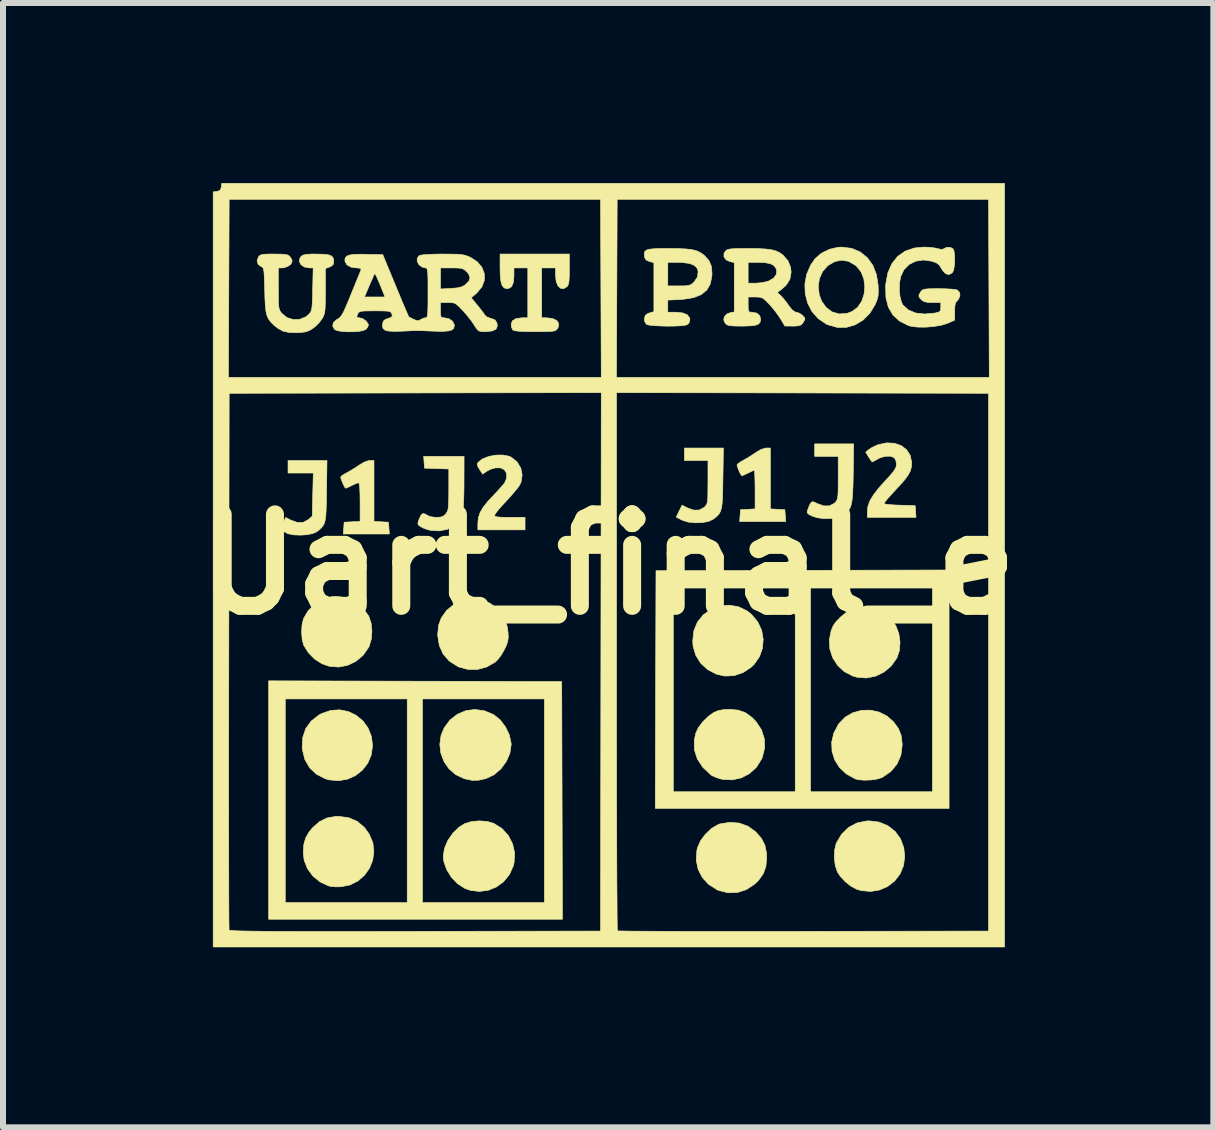
<source format=kicad_pcb>
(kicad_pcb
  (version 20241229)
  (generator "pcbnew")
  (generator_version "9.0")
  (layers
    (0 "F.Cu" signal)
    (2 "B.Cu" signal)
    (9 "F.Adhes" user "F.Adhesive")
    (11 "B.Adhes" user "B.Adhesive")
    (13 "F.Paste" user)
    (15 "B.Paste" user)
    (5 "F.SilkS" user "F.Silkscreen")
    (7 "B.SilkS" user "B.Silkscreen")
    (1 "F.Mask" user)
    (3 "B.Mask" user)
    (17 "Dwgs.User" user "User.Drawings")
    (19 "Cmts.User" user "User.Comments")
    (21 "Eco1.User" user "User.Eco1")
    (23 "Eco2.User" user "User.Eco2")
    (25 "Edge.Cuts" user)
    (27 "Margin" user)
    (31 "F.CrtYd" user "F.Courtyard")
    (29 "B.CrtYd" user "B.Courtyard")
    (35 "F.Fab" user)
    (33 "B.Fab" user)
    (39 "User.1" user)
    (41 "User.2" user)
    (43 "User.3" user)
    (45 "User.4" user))
  (footprint "Uart_final_e"
    (layer "F.Cu")
    (at 7.083 6.355)
    (property "Reference" "Uart_final_e" (at 0 0 0) (layer "F.SilkS") (effects (font (size 1.524 1.524) (thickness 0.3))))
    (attr through_hole)
    (fp_poly (pts (xy -3.215 1.945) (xy -0.774 1.951) (xy -0.768 3.931) (xy -0.762 5.911) (xy -5.657 5.911) (xy -5.657 2.24) (xy -5.38 2.24) (xy -5.38 5.634) (xy -3.348 5.634) (xy -3.348 2.24) (xy -3.094 2.24) (xy -3.094 5.634) (xy -1.062 5.634) (xy -1.062 2.24) (xy -3.094 2.24) (xy -3.348 2.24) (xy -5.38 2.24) (xy -5.657 2.24) (xy -5.657 1.939) (xy -3.215 1.945)) (stroke (width 0.01) (type solid)) (fill yes) (layer "F.SilkS"))
    (fp_poly (pts (xy 5.68 4.064) (xy 0.785 4.064) (xy 0.791 2.084) (xy 0.796 0.393) (xy 1.085 0.393) (xy 1.085 3.787) (xy 3.117 3.787) (xy 3.117 0.393) (xy 3.371 0.393) (xy 3.371 3.787) (xy 5.403 3.787) (xy 5.403 0.393) (xy 3.371 0.393) (xy 3.117 0.393) (xy 1.085 0.393) (xy 0.796 0.393) (xy 0.797 0.104) (xy 3.239 0.098) (xy 5.68 0.092) (xy 5.68 4.064)) (stroke (width 0.01) (type solid)) (fill yes) (layer "F.SilkS"))
    (fp_poly (pts (xy 2.171 0.704) (xy 2.313 0.773) (xy 2.389 0.833) (xy 2.492 0.956) (xy 2.557 1.096) (xy 2.583 1.245) (xy 2.571 1.394) (xy 2.521 1.536) (xy 2.432 1.664) (xy 2.387 1.708) (xy 2.249 1.801) (xy 2.099 1.852) (xy 1.943 1.859) (xy 1.805 1.828) (xy 1.66 1.753) (xy 1.543 1.647) (xy 1.46 1.514) (xy 1.415 1.363) (xy 1.409 1.274) (xy 1.428 1.105) (xy 1.487 0.96) (xy 1.584 0.84) (xy 1.706 0.754) (xy 1.861 0.694) (xy 2.018 0.678) (xy 2.171 0.704)) (stroke (width 0.01) (type solid)) (fill yes) (layer "F.SilkS"))
    (fp_poly (pts (xy -4.33 2.45) (xy -4.199 2.513) (xy -4.087 2.606) (xy -4 2.725) (xy -3.944 2.867) (xy -3.926 3.016) (xy -3.947 3.172) (xy -4.005 3.31) (xy -4.095 3.427) (xy -4.211 3.518) (xy -4.346 3.578) (xy -4.493 3.603) (xy -4.647 3.589) (xy -4.716 3.569) (xy -4.86 3.495) (xy -4.973 3.388) (xy -5.052 3.253) (xy -5.093 3.093) (xy -5.098 3.05) (xy -5.089 2.883) (xy -5.039 2.735) (xy -4.949 2.61) (xy -4.82 2.509) (xy -4.775 2.484) (xy -4.624 2.432) (xy -4.474 2.422) (xy -4.33 2.45)) (stroke (width 0.01) (type solid)) (fill yes) (layer "F.SilkS"))
    (fp_poly (pts (xy -2.012 4.283) (xy -1.904 4.315) (xy -1.769 4.4) (xy -1.664 4.516) (xy -1.593 4.653) (xy -1.559 4.805) (xy -1.567 4.963) (xy -1.58 5.021) (xy -1.645 5.166) (xy -1.741 5.284) (xy -1.862 5.373) (xy -2.001 5.429) (xy -2.15 5.448) (xy -2.302 5.428) (xy -2.391 5.395) (xy -2.51 5.318) (xy -2.613 5.21) (xy -2.691 5.083) (xy -2.738 4.949) (xy -2.748 4.861) (xy -2.727 4.729) (xy -2.67 4.596) (xy -2.584 4.473) (xy -2.477 4.372) (xy -2.392 4.319) (xy -2.279 4.284) (xy -2.146 4.272) (xy -2.012 4.283)) (stroke (width 0.01) (type solid)) (fill yes) (layer "F.SilkS"))
    (fp_poly (pts (xy -4.325 4.219) (xy -4.182 4.28) (xy -4.061 4.382) (xy -3.981 4.494) (xy -3.921 4.636) (xy -3.904 4.783) (xy -3.923 4.926) (xy -3.977 5.061) (xy -4.061 5.179) (xy -4.172 5.275) (xy -4.306 5.341) (xy -4.455 5.37) (xy -4.542 5.371) (xy -4.623 5.364) (xy -4.656 5.356) (xy -4.799 5.29) (xy -4.919 5.192) (xy -5.01 5.069) (xy -5.065 4.929) (xy -5.08 4.806) (xy -5.071 4.667) (xy -5.04 4.556) (xy -4.982 4.456) (xy -4.93 4.392) (xy -4.813 4.287) (xy -4.687 4.224) (xy -4.541 4.198) (xy -4.491 4.197) (xy -4.325 4.219)) (stroke (width 0.01) (type solid)) (fill yes) (layer "F.SilkS"))
    (fp_poly (pts (xy 2.184 4.309) (xy 2.33 4.362) (xy 2.455 4.452) (xy 2.553 4.563) (xy 2.611 4.676) (xy 2.638 4.806) (xy 2.641 4.884) (xy 2.628 5.031) (xy 2.585 5.152) (xy 2.506 5.262) (xy 2.438 5.327) (xy 2.303 5.417) (xy 2.154 5.465) (xy 1.998 5.47) (xy 1.843 5.432) (xy 1.812 5.418) (xy 1.674 5.33) (xy 1.568 5.214) (xy 1.498 5.077) (xy 1.467 4.925) (xy 1.478 4.765) (xy 1.489 4.717) (xy 1.541 4.601) (xy 1.623 4.491) (xy 1.723 4.398) (xy 1.83 4.335) (xy 1.861 4.323) (xy 2.025 4.296) (xy 2.184 4.309)) (stroke (width 0.01) (type solid)) (fill yes) (layer "F.SilkS"))
    (fp_poly (pts (xy 4.516 4.293) (xy 4.661 4.353) (xy 4.78 4.447) (xy 4.87 4.57) (xy 4.925 4.718) (xy 4.941 4.862) (xy 4.921 5.019) (xy 4.862 5.159) (xy 4.772 5.275) (xy 4.656 5.365) (xy 4.521 5.424) (xy 4.371 5.448) (xy 4.214 5.433) (xy 4.14 5.411) (xy 4.046 5.361) (xy 3.948 5.283) (xy 3.864 5.191) (xy 3.819 5.122) (xy 3.784 5.017) (xy 3.768 4.89) (xy 3.773 4.762) (xy 3.798 4.652) (xy 3.804 4.639) (xy 3.891 4.492) (xy 4.006 4.381) (xy 4.145 4.307) (xy 4.303 4.274) (xy 4.351 4.272) (xy 4.516 4.293)) (stroke (width 0.01) (type solid)) (fill yes) (layer "F.SilkS"))
    (fp_poly (pts (xy -2.065 2.437) (xy -1.912 2.5) (xy -1.905 2.504) (xy -1.799 2.59) (xy -1.711 2.706) (xy -1.647 2.839) (xy -1.618 2.974) (xy -1.616 3.003) (xy -1.638 3.146) (xy -1.697 3.283) (xy -1.788 3.406) (xy -1.901 3.503) (xy -2.031 3.565) (xy -2.033 3.566) (xy -2.157 3.594) (xy -2.265 3.597) (xy -2.38 3.573) (xy -2.402 3.567) (xy -2.54 3.502) (xy -2.653 3.404) (xy -2.736 3.282) (xy -2.788 3.143) (xy -2.805 2.995) (xy -2.784 2.846) (xy -2.733 2.723) (xy -2.636 2.592) (xy -2.513 2.496) (xy -2.372 2.436) (xy -2.221 2.416) (xy -2.065 2.437)) (stroke (width 0.01) (type solid)) (fill yes) (layer "F.SilkS"))
    (fp_poly (pts (xy 4.513 2.459) (xy 4.647 2.527) (xy 4.754 2.621) (xy 4.835 2.732) (xy 4.881 2.847) (xy 4.898 2.983) (xy 4.898 3.014) (xy 4.877 3.178) (xy 4.814 3.323) (xy 4.712 3.447) (xy 4.572 3.544) (xy 4.564 3.549) (xy 4.486 3.574) (xy 4.383 3.59) (xy 4.272 3.594) (xy 4.173 3.587) (xy 4.119 3.573) (xy 3.971 3.492) (xy 3.855 3.384) (xy 3.774 3.255) (xy 3.73 3.112) (xy 3.724 2.962) (xy 3.759 2.81) (xy 3.837 2.663) (xy 3.844 2.653) (xy 3.949 2.544) (xy 4.077 2.47) (xy 4.22 2.431) (xy 4.367 2.427) (xy 4.513 2.459)) (stroke (width 0.01) (type solid)) (fill yes) (layer "F.SilkS"))
    (fp_poly (pts (xy -4.367 0.552) (xy -4.218 0.614) (xy -4.093 0.715) (xy -3.994 0.854) (xy -3.989 0.861) (xy -3.95 0.976) (xy -3.936 1.111) (xy -3.947 1.247) (xy -3.983 1.365) (xy -3.989 1.378) (xy -4.084 1.514) (xy -4.205 1.615) (xy -4.343 1.681) (xy -4.494 1.709) (xy -4.648 1.696) (xy -4.768 1.654) (xy -4.891 1.576) (xy -4.996 1.469) (xy -5.071 1.348) (xy -5.074 1.341) (xy -5.099 1.246) (xy -5.107 1.128) (xy -5.101 1.009) (xy -5.078 0.91) (xy -5.074 0.899) (xy -4.997 0.769) (xy -4.887 0.661) (xy -4.756 0.581) (xy -4.612 0.538) (xy -4.536 0.531) (xy -4.367 0.552)) (stroke (width 0.01) (type solid)) (fill yes) (layer "F.SilkS"))
    (fp_poly (pts (xy 4.372 0.722) (xy 4.47 0.741) (xy 4.492 0.749) (xy 4.635 0.832) (xy 4.748 0.95) (xy 4.793 1.022) (xy 4.843 1.152) (xy 4.863 1.295) (xy 4.852 1.436) (xy 4.81 1.559) (xy 4.715 1.692) (xy 4.594 1.794) (xy 4.454 1.862) (xy 4.302 1.891) (xy 4.147 1.879) (xy 4.077 1.859) (xy 3.935 1.786) (xy 3.823 1.682) (xy 3.741 1.554) (xy 3.694 1.411) (xy 3.685 1.258) (xy 3.715 1.104) (xy 3.751 1.018) (xy 3.801 0.949) (xy 3.876 0.873) (xy 3.961 0.804) (xy 4.041 0.754) (xy 4.054 0.748) (xy 4.143 0.726) (xy 4.256 0.717) (xy 4.372 0.722)) (stroke (width 0.01) (type solid)) (fill yes) (layer "F.SilkS"))
    (fp_poly (pts (xy -4.692 -1.225) (xy -4.695 -1.05) (xy -4.699 -0.913) (xy -4.705 -0.81) (xy -4.716 -0.734) (xy -4.733 -0.677) (xy -4.758 -0.634) (xy -4.791 -0.597) (xy -4.835 -0.561) (xy -4.858 -0.544) (xy -4.923 -0.515) (xy -5.018 -0.496) (xy -5.127 -0.489) (xy -5.235 -0.493) (xy -5.324 -0.51) (xy -5.35 -0.52) (xy -5.415 -0.556) (xy -5.44 -0.596) (xy -5.431 -0.653) (xy -5.414 -0.694) (xy -5.374 -0.783) (xy -5.286 -0.738) (xy -5.175 -0.699) (xy -5.078 -0.702) (xy -4.995 -0.748) (xy -4.93 -0.804) (xy -4.922 -1.164) (xy -4.913 -1.524) (xy -5.334 -1.524) (xy -5.334 -1.732) (xy -4.685 -1.732) (xy -4.692 -1.225)) (stroke (width 0.01) (type solid)) (fill yes) (layer "F.SilkS"))
    (fp_poly (pts (xy 2.166 2.427) (xy 2.287 2.47) (xy 2.395 2.548) (xy 2.464 2.618) (xy 2.554 2.754) (xy 2.602 2.903) (xy 2.607 3.058) (xy 2.568 3.214) (xy 2.555 3.244) (xy 2.469 3.38) (xy 2.353 3.485) (xy 2.217 3.556) (xy 2.067 3.589) (xy 1.912 3.581) (xy 1.866 3.571) (xy 1.792 3.546) (xy 1.732 3.519) (xy 1.716 3.509) (xy 1.579 3.382) (xy 1.487 3.243) (xy 1.438 3.093) (xy 1.434 2.932) (xy 1.459 2.813) (xy 1.503 2.719) (xy 1.577 2.621) (xy 1.668 2.531) (xy 1.762 2.465) (xy 1.763 2.465) (xy 1.841 2.433) (xy 1.931 2.418) (xy 2.02 2.414) (xy 2.166 2.427)) (stroke (width 0.01) (type solid)) (fill yes) (layer "F.SilkS"))
    (fp_poly (pts (xy -2.217 0.583) (xy -2.079 0.603) (xy -1.967 0.647) (xy -1.867 0.722) (xy -1.84 0.747) (xy -1.742 0.876) (xy -1.684 1.025) (xy -1.667 1.138) (xy -1.665 1.219) (xy -1.674 1.286) (xy -1.701 1.359) (xy -1.729 1.418) (xy -1.783 1.512) (xy -1.844 1.59) (xy -1.882 1.626) (xy -2.023 1.707) (xy -2.177 1.749) (xy -2.335 1.749) (xy -2.487 1.708) (xy -2.505 1.7) (xy -2.645 1.611) (xy -2.748 1.494) (xy -2.813 1.351) (xy -2.839 1.186) (xy -2.84 1.163) (xy -2.826 1.014) (xy -2.779 0.888) (xy -2.695 0.77) (xy -2.689 0.764) (xy -2.568 0.663) (xy -2.425 0.601) (xy -2.263 0.581) (xy -2.217 0.583)) (stroke (width 0.01) (type solid)) (fill yes) (layer "F.SilkS"))
    (fp_poly (pts (xy -3.902 -0.718) (xy -3.781 -0.711) (xy -3.66 -0.704) (xy -3.653 -0.606) (xy -3.646 -0.508) (xy -4.413 -0.508) (xy -4.406 -0.606) (xy -4.399 -0.704) (xy -4.133 -0.718) (xy -4.133 -1.04) (xy -4.135 -1.182) (xy -4.14 -1.285) (xy -4.148 -1.346) (xy -4.157 -1.362) (xy -4.191 -1.353) (xy -4.248 -1.328) (xy -4.272 -1.316) (xy -4.329 -1.288) (xy -4.368 -1.272) (xy -4.374 -1.27) (xy -4.39 -1.289) (xy -4.413 -1.335) (xy -4.436 -1.39) (xy -4.453 -1.438) (xy -4.457 -1.457) (xy -4.438 -1.478) (xy -4.39 -1.509) (xy -4.358 -1.526) (xy -4.281 -1.57) (xy -4.193 -1.625) (xy -4.151 -1.654) (xy -4.067 -1.704) (xy -3.993 -1.73) (xy -3.972 -1.732) (xy -3.902 -1.732) (xy -3.902 -0.718)) (stroke (width 0.01) (type solid)) (fill yes) (layer "F.SilkS"))
    (fp_poly (pts (xy 1.912 -1.433) (xy 1.909 -1.257) (xy 1.905 -1.121) (xy 1.899 -1.018) (xy 1.888 -0.941) (xy 1.871 -0.885) (xy 1.846 -0.841) (xy 1.813 -0.805) (xy 1.769 -0.769) (xy 1.746 -0.752) (xy 1.67 -0.717) (xy 1.566 -0.698) (xy 1.45 -0.694) (xy 1.336 -0.706) (xy 1.24 -0.735) (xy 1.231 -0.74) (xy 1.134 -0.789) (xy 1.182 -0.889) (xy 1.231 -0.989) (xy 1.314 -0.945) (xy 1.421 -0.906) (xy 1.518 -0.907) (xy 1.597 -0.949) (xy 1.606 -0.957) (xy 1.627 -0.98) (xy 1.643 -1.005) (xy 1.653 -1.04) (xy 1.659 -1.092) (xy 1.661 -1.169) (xy 1.662 -1.28) (xy 1.663 -1.373) (xy 1.663 -1.732) (xy 1.27 -1.732) (xy 1.27 -1.94) (xy 1.92 -1.94) (xy 1.912 -1.433)) (stroke (width 0.01) (type solid)) (fill yes) (layer "F.SilkS"))
    (fp_poly (pts (xy 2.702 -0.926) (xy 2.823 -0.919) (xy 2.944 -0.912) (xy 2.958 -0.716) (xy 2.191 -0.716) (xy 2.205 -0.912) (xy 2.326 -0.919) (xy 2.448 -0.926) (xy 2.448 -1.248) (xy 2.447 -1.364) (xy 2.444 -1.461) (xy 2.441 -1.532) (xy 2.437 -1.568) (xy 2.435 -1.57) (xy 2.409 -1.561) (xy 2.357 -1.536) (xy 2.332 -1.524) (xy 2.274 -1.496) (xy 2.235 -1.48) (xy 2.228 -1.478) (xy 2.212 -1.497) (xy 2.188 -1.542) (xy 2.165 -1.597) (xy 2.15 -1.644) (xy 2.147 -1.659) (xy 2.166 -1.682) (xy 2.214 -1.714) (xy 2.246 -1.732) (xy 2.323 -1.776) (xy 2.411 -1.832) (xy 2.453 -1.861) (xy 2.538 -1.912) (xy 2.612 -1.938) (xy 2.632 -1.94) (xy 2.702 -1.94) (xy 2.702 -0.926)) (stroke (width 0.01) (type solid)) (fill yes) (layer "F.SilkS"))
    (fp_poly (pts (xy 4.083 -1.518) (xy 4.08 -1.338) (xy 4.074 -1.197) (xy 4.066 -1.09) (xy 4.053 -1.009) (xy 4.034 -0.95) (xy 4.007 -0.904) (xy 3.97 -0.866) (xy 3.923 -0.83) (xy 3.92 -0.827) (xy 3.835 -0.789) (xy 3.723 -0.767) (xy 3.6 -0.764) (xy 3.482 -0.779) (xy 3.4 -0.806) (xy 3.341 -0.836) (xy 3.317 -0.861) (xy 3.318 -0.891) (xy 3.325 -0.912) (xy 3.357 -0.992) (xy 3.382 -1.034) (xy 3.41 -1.046) (xy 3.45 -1.032) (xy 3.481 -1.016) (xy 3.59 -0.976) (xy 3.687 -0.976) (xy 3.767 -1.018) (xy 3.776 -1.026) (xy 3.798 -1.05) (xy 3.813 -1.075) (xy 3.823 -1.109) (xy 3.829 -1.161) (xy 3.832 -1.238) (xy 3.833 -1.349) (xy 3.833 -1.442) (xy 3.833 -1.801) (xy 3.441 -1.801) (xy 3.441 -2.009) (xy 4.09 -2.009) (xy 4.083 -1.518)) (stroke (width 0.01) (type solid)) (fill yes) (layer "F.SilkS"))
    (fp_poly (pts (xy -2.402 -1.368) (xy -2.403 -1.22) (xy -2.407 -1.084) (xy -2.413 -0.969) (xy -2.42 -0.885) (xy -2.427 -0.844) (xy -2.481 -0.73) (xy -2.568 -0.643) (xy -2.682 -0.585) (xy -2.817 -0.56) (xy -2.965 -0.57) (xy -2.995 -0.577) (xy -3.068 -0.601) (xy -3.127 -0.631) (xy -3.161 -0.657) (xy -3.171 -0.683) (xy -3.161 -0.725) (xy -3.147 -0.761) (xy -3.115 -0.827) (xy -3.082 -0.85) (xy -3.04 -0.836) (xy -3.015 -0.819) (xy -2.965 -0.798) (xy -2.891 -0.786) (xy -2.861 -0.785) (xy -2.786 -0.79) (xy -2.739 -0.81) (xy -2.703 -0.846) (xy -2.685 -0.874) (xy -2.671 -0.906) (xy -2.663 -0.952) (xy -2.658 -1.02) (xy -2.656 -1.117) (xy -2.655 -1.249) (xy -2.655 -1.591) (xy -2.857 -1.598) (xy -3.06 -1.605) (xy -3.067 -1.703) (xy -3.074 -1.801) (xy -2.401 -1.801) (xy -2.402 -1.368)) (stroke (width 0.01) (type solid)) (fill yes) (layer "F.SilkS"))
    (fp_poly (pts (xy -1.653 -1.804) (xy -1.61 -1.784) (xy -1.515 -1.705) (xy -1.455 -1.604) (xy -1.433 -1.491) (xy -1.451 -1.375) (xy -1.47 -1.332) (xy -1.5 -1.286) (xy -1.556 -1.217) (xy -1.627 -1.135) (xy -1.7 -1.055) (xy -1.775 -0.974) (xy -1.837 -0.902) (xy -1.878 -0.848) (xy -1.893 -0.819) (xy -1.893 -0.819) (xy -1.885 -0.803) (xy -1.856 -0.794) (xy -1.799 -0.788) (xy -1.707 -0.785) (xy -1.639 -0.785) (xy -1.385 -0.785) (xy -1.385 -0.577) (xy -2.171 -0.577) (xy -2.171 -0.682) (xy -2.163 -0.775) (xy -2.136 -0.86) (xy -2.086 -0.948) (xy -2.007 -1.048) (xy -1.932 -1.128) (xy -1.857 -1.208) (xy -1.791 -1.281) (xy -1.742 -1.338) (xy -1.724 -1.362) (xy -1.69 -1.443) (xy -1.694 -1.521) (xy -1.731 -1.581) (xy -1.793 -1.609) (xy -1.876 -1.61) (xy -1.965 -1.585) (xy -2.026 -1.552) (xy -2.091 -1.505) (xy -2.144 -1.586) (xy -2.176 -1.641) (xy -2.181 -1.676) (xy -2.166 -1.703) (xy -2.094 -1.759) (xy -1.992 -1.799) (xy -1.875 -1.822) (xy -1.758 -1.824) (xy -1.653 -1.804)) (stroke (width 0.01) (type solid)) (fill yes) (layer "F.SilkS"))
    (fp_poly (pts (xy -0.647 -4.92) (xy -0.648 -4.801) (xy -0.653 -4.719) (xy -0.663 -4.667) (xy -0.678 -4.636) (xy -0.683 -4.631) (xy -0.74 -4.596) (xy -0.793 -4.602) (xy -0.837 -4.644) (xy -0.867 -4.719) (xy -0.877 -4.82) (xy -0.877 -4.941) (xy -1.108 -4.941) (xy -1.108 -4.11) (xy -1.029 -4.11) (xy -0.929 -4.098) (xy -0.859 -4.066) (xy -0.825 -4.018) (xy -0.83 -3.958) (xy -0.847 -3.927) (xy -0.863 -3.908) (xy -0.885 -3.895) (xy -0.922 -3.887) (xy -0.981 -3.882) (xy -1.069 -3.88) (xy -1.195 -3.879) (xy -1.221 -3.879) (xy -1.376 -3.881) (xy -1.488 -3.886) (xy -1.558 -3.895) (xy -1.589 -3.907) (xy -1.609 -3.949) (xy -1.616 -4) (xy -1.597 -4.059) (xy -1.538 -4.095) (xy -1.44 -4.11) (xy -1.419 -4.11) (xy -1.339 -4.11) (xy -1.339 -4.941) (xy -1.57 -4.941) (xy -1.57 -4.805) (xy -1.58 -4.697) (xy -1.609 -4.629) (xy -1.659 -4.598) (xy -1.686 -4.595) (xy -1.733 -4.608) (xy -1.767 -4.648) (xy -1.788 -4.722) (xy -1.799 -4.833) (xy -1.801 -4.935) (xy -1.801 -5.172) (xy -0.647 -5.172) (xy -0.647 -4.92)) (stroke (width 0.01) (type solid)) (fill yes) (layer "F.SilkS"))
    (fp_poly (pts (xy 4.056 -5.267) (xy 4.199 -5.207) (xy 4.318 -5.111) (xy 4.41 -4.983) (xy 4.471 -4.826) (xy 4.498 -4.649) (xy 4.501 -4.547) (xy 4.497 -4.474) (xy 4.481 -4.41) (xy 4.453 -4.34) (xy 4.451 -4.336) (xy 4.361 -4.187) (xy 4.247 -4.072) (xy 4.115 -3.993) (xy 3.97 -3.951) (xy 3.818 -3.95) (xy 3.666 -3.992) (xy 3.63 -4.008) (xy 3.497 -4.099) (xy 3.393 -4.218) (xy 3.322 -4.359) (xy 3.283 -4.513) (xy 3.279 -4.632) (xy 3.5 -4.632) (xy 3.517 -4.493) (xy 3.557 -4.387) (xy 3.634 -4.279) (xy 3.734 -4.207) (xy 3.85 -4.174) (xy 3.974 -4.182) (xy 4.064 -4.215) (xy 4.158 -4.286) (xy 4.225 -4.385) (xy 4.264 -4.504) (xy 4.276 -4.631) (xy 4.26 -4.758) (xy 4.214 -4.874) (xy 4.138 -4.97) (xy 4.119 -4.985) (xy 4.005 -5.051) (xy 3.889 -5.07) (xy 3.776 -5.047) (xy 3.66 -4.98) (xy 3.574 -4.883) (xy 3.52 -4.764) (xy 3.5 -4.632) (xy 3.279 -4.632) (xy 3.278 -4.675) (xy 3.308 -4.836) (xy 3.375 -4.99) (xy 3.449 -5.096) (xy 3.553 -5.186) (xy 3.686 -5.251) (xy 3.832 -5.285) (xy 3.891 -5.288) (xy 4.056 -5.267)) (stroke (width 0.01) (type solid)) (fill yes) (layer "F.SilkS"))
    (fp_poly (pts (xy 4.768 -2.02) (xy 4.88 -1.982) (xy 4.97 -1.914) (xy 5.031 -1.822) (xy 5.056 -1.707) (xy 5.057 -1.69) (xy 5.052 -1.622) (xy 5.034 -1.557) (xy 4.998 -1.49) (xy 4.94 -1.411) (xy 4.855 -1.314) (xy 4.789 -1.243) (xy 4.714 -1.162) (xy 4.653 -1.093) (xy 4.611 -1.042) (xy 4.595 -1.017) (xy 4.595 -1.016) (xy 4.617 -1.007) (xy 4.676 -0.998) (xy 4.763 -0.992) (xy 4.855 -0.988) (xy 5.115 -0.981) (xy 5.122 -0.883) (xy 5.129 -0.785) (xy 4.318 -0.785) (xy 4.318 -0.882) (xy 4.328 -0.971) (xy 4.362 -1.063) (xy 4.423 -1.163) (xy 4.514 -1.28) (xy 4.609 -1.385) (xy 4.693 -1.477) (xy 4.749 -1.543) (xy 4.783 -1.593) (xy 4.799 -1.634) (xy 4.803 -1.671) (xy 4.793 -1.734) (xy 4.767 -1.779) (xy 4.766 -1.78) (xy 4.704 -1.804) (xy 4.621 -1.803) (xy 4.531 -1.778) (xy 4.49 -1.757) (xy 4.437 -1.727) (xy 4.404 -1.71) (xy 4.399 -1.709) (xy 4.383 -1.726) (xy 4.353 -1.771) (xy 4.341 -1.79) (xy 4.291 -1.871) (xy 4.345 -1.916) (xy 4.401 -1.952) (xy 4.476 -1.987) (xy 4.501 -1.996) (xy 4.639 -2.026) (xy 4.768 -2.02)) (stroke (width 0.01) (type solid)) (fill yes) (layer "F.SilkS"))
    (fp_poly (pts (xy 1.17 -5.263) (xy 1.3 -5.257) (xy 1.399 -5.245) (xy 1.476 -5.225) (xy 1.537 -5.196) (xy 1.592 -5.158) (xy 1.603 -5.148) (xy 1.678 -5.065) (xy 1.719 -4.971) (xy 1.73 -4.854) (xy 1.728 -4.807) (xy 1.702 -4.676) (xy 1.644 -4.574) (xy 1.551 -4.497) (xy 1.423 -4.446) (xy 1.256 -4.419) (xy 1.195 -4.414) (xy 0.993 -4.405) (xy 0.993 -4.203) (xy 1.126 -4.203) (xy 1.243 -4.191) (xy 1.32 -4.159) (xy 1.359 -4.105) (xy 1.362 -4.075) (xy 1.345 -4.021) (xy 1.318 -3.996) (xy 1.273 -3.984) (xy 1.194 -3.976) (xy 1.093 -3.972) (xy 0.981 -3.971) (xy 0.868 -3.974) (xy 0.767 -3.979) (xy 0.687 -3.988) (xy 0.641 -3.999) (xy 0.637 -4.002) (xy 0.606 -4.052) (xy 0.604 -4.1) (xy 0.62 -4.152) (xy 0.663 -4.182) (xy 0.687 -4.19) (xy 0.762 -4.212) (xy 0.762 -5.027) (xy 0.739 -5.034) (xy 0.993 -5.034) (xy 0.993 -4.641) (xy 1.179 -4.641) (xy 1.274 -4.642) (xy 1.335 -4.648) (xy 1.377 -4.662) (xy 1.412 -4.688) (xy 1.433 -4.709) (xy 1.489 -4.791) (xy 1.499 -4.88) (xy 1.487 -4.929) (xy 1.442 -4.98) (xy 1.357 -5.015) (xy 1.233 -5.032) (xy 1.167 -5.034) (xy 0.993 -5.034) (xy 0.739 -5.034) (xy 0.687 -5.049) (xy 0.631 -5.074) (xy 0.607 -5.117) (xy 0.604 -5.134) (xy 0.602 -5.181) (xy 0.611 -5.215) (xy 0.638 -5.238) (xy 0.688 -5.253) (xy 0.768 -5.261) (xy 0.884 -5.264) (xy 1.002 -5.265) (xy 1.17 -5.263)) (stroke (width 0.01) (type solid)) (fill yes) (layer "F.SilkS"))
    (fp_poly (pts (xy 5.35 -5.284) (xy 5.437 -5.274) (xy 5.494 -5.262) (xy 5.555 -5.247) (xy 5.591 -5.259) (xy 5.594 -5.262) (xy 5.645 -5.285) (xy 5.707 -5.281) (xy 5.745 -5.26) (xy 5.763 -5.218) (xy 5.772 -5.145) (xy 5.774 -5.058) (xy 5.767 -4.971) (xy 5.754 -4.9) (xy 5.735 -4.861) (xy 5.68 -4.83) (xy 5.624 -4.844) (xy 5.571 -4.901) (xy 5.555 -4.929) (xy 5.517 -4.989) (xy 5.47 -5.025) (xy 5.396 -5.052) (xy 5.393 -5.053) (xy 5.253 -5.073) (xy 5.124 -5.053) (xy 5.013 -4.998) (xy 4.927 -4.91) (xy 4.873 -4.794) (xy 4.854 -4.688) (xy 4.851 -4.571) (xy 4.863 -4.459) (xy 4.888 -4.366) (xy 4.91 -4.324) (xy 5.001 -4.241) (xy 5.122 -4.19) (xy 5.271 -4.173) (xy 5.445 -4.189) (xy 5.455 -4.191) (xy 5.512 -4.206) (xy 5.536 -4.231) (xy 5.542 -4.28) (xy 5.542 -4.286) (xy 5.542 -4.364) (xy 5.403 -4.364) (xy 5.315 -4.368) (xy 5.257 -4.383) (xy 5.219 -4.41) (xy 5.181 -4.454) (xy 5.178 -4.491) (xy 5.206 -4.54) (xy 5.208 -4.544) (xy 5.227 -4.566) (xy 5.252 -4.581) (xy 5.292 -4.589) (xy 5.356 -4.594) (xy 5.453 -4.595) (xy 5.51 -4.595) (xy 5.62 -4.593) (xy 5.717 -4.588) (xy 5.788 -4.58) (xy 5.82 -4.571) (xy 5.857 -4.529) (xy 5.861 -4.471) (xy 5.832 -4.412) (xy 5.819 -4.399) (xy 5.792 -4.364) (xy 5.777 -4.312) (xy 5.773 -4.23) (xy 5.773 -4.214) (xy 5.773 -4.07) (xy 5.652 -4.018) (xy 5.551 -3.986) (xy 5.424 -3.965) (xy 5.289 -3.954) (xy 5.158 -3.955) (xy 5.049 -3.968) (xy 5.004 -3.98) (xy 4.856 -4.055) (xy 4.744 -4.157) (xy 4.669 -4.286) (xy 4.628 -4.444) (xy 4.623 -4.632) (xy 4.625 -4.668) (xy 4.659 -4.855) (xy 4.726 -5.01) (xy 4.823 -5.133) (xy 4.949 -5.221) (xy 5.103 -5.273) (xy 5.256 -5.288) (xy 5.35 -5.284)) (stroke (width 0.01) (type solid)) (fill yes) (layer "F.SilkS"))
    (fp_poly (pts (xy 2.497 -5.263) (xy 2.625 -5.256) (xy 2.723 -5.243) (xy 2.798 -5.223) (xy 2.859 -5.194) (xy 2.91 -5.157) (xy 2.996 -5.06) (xy 3.04 -4.949) (xy 3.048 -4.868) (xy 3.028 -4.753) (xy 2.966 -4.654) (xy 2.891 -4.587) (xy 2.818 -4.533) (xy 2.875 -4.479) (xy 2.921 -4.429) (xy 2.976 -4.36) (xy 3.007 -4.315) (xy 3.067 -4.24) (xy 3.117 -4.206) (xy 3.135 -4.203) (xy 3.183 -4.188) (xy 3.235 -4.154) (xy 3.271 -4.114) (xy 3.279 -4.092) (xy 3.267 -4.062) (xy 3.243 -4.023) (xy 3.214 -3.993) (xy 3.172 -3.977) (xy 3.102 -3.972) (xy 3.076 -3.972) (xy 2.944 -3.973) (xy 2.875 -4.089) (xy 2.821 -4.169) (xy 2.751 -4.26) (xy 2.689 -4.331) (xy 2.627 -4.396) (xy 2.582 -4.433) (xy 2.54 -4.451) (xy 2.487 -4.456) (xy 2.453 -4.457) (xy 2.332 -4.457) (xy 2.332 -4.33) (xy 2.334 -4.257) (xy 2.341 -4.219) (xy 2.361 -4.205) (xy 2.391 -4.203) (xy 2.476 -4.188) (xy 2.526 -4.145) (xy 2.54 -4.087) (xy 2.533 -4.04) (xy 2.508 -4.008) (xy 2.458 -3.987) (xy 2.377 -3.976) (xy 2.258 -3.972) (xy 2.222 -3.972) (xy 2.114 -3.973) (xy 2.042 -3.977) (xy 1.996 -3.987) (xy 1.966 -4.003) (xy 1.951 -4.018) (xy 1.925 -4.075) (xy 1.938 -4.132) (xy 1.984 -4.177) (xy 2.032 -4.194) (xy 2.101 -4.208) (xy 2.101 -5.03) (xy 2.085 -5.034) (xy 2.332 -5.034) (xy 2.332 -4.687) (xy 2.459 -4.687) (xy 2.551 -4.694) (xy 2.64 -4.712) (xy 2.675 -4.723) (xy 2.759 -4.773) (xy 2.804 -4.836) (xy 2.807 -4.907) (xy 2.798 -4.93) (xy 2.762 -4.98) (xy 2.702 -5.012) (xy 2.611 -5.029) (xy 2.492 -5.034) (xy 2.332 -5.034) (xy 2.085 -5.034) (xy 2.031 -5.046) (xy 1.964 -5.077) (xy 1.929 -5.126) (xy 1.93 -5.184) (xy 1.951 -5.218) (xy 1.971 -5.237) (xy 1.998 -5.249) (xy 2.04 -5.257) (xy 2.104 -5.262) (xy 2.199 -5.264) (xy 2.33 -5.265) (xy 2.497 -5.263)) (stroke (width 0.01) (type solid)) (fill yes) (layer "F.SilkS"))
    (fp_poly (pts (xy -4.745 -5.169) (xy -4.659 -5.159) (xy -4.607 -5.138) (xy -4.58 -5.105) (xy -4.572 -5.056) (xy -4.572 -5.054) (xy -4.581 -4.999) (xy -4.618 -4.967) (xy -4.641 -4.957) (xy -4.711 -4.931) (xy -4.711 -4.561) (xy -4.712 -4.42) (xy -4.714 -4.317) (xy -4.718 -4.243) (xy -4.726 -4.189) (xy -4.739 -4.148) (xy -4.757 -4.111) (xy -4.763 -4.1) (xy -4.815 -4.03) (xy -4.884 -3.962) (xy -4.914 -3.938) (xy -4.977 -3.899) (xy -5.037 -3.877) (xy -5.113 -3.866) (xy -5.18 -3.862) (xy -5.314 -3.865) (xy -5.411 -3.886) (xy -5.426 -3.892) (xy -5.501 -3.934) (xy -5.57 -3.988) (xy -5.573 -3.99) (xy -5.622 -4.04) (xy -5.658 -4.089) (xy -5.684 -4.145) (xy -5.701 -4.216) (xy -5.712 -4.31) (xy -5.719 -4.435) (xy -5.722 -4.568) (xy -5.726 -4.708) (xy -5.73 -4.808) (xy -5.735 -4.876) (xy -5.742 -4.919) (xy -5.753 -4.944) (xy -5.768 -4.957) (xy -5.784 -4.964) (xy -5.834 -5.004) (xy -5.849 -5.063) (xy -5.827 -5.125) (xy -5.806 -5.147) (xy -5.777 -5.161) (xy -5.729 -5.169) (xy -5.652 -5.172) (xy -5.567 -5.172) (xy -5.459 -5.171) (xy -5.386 -5.166) (xy -5.34 -5.156) (xy -5.311 -5.139) (xy -5.303 -5.13) (xy -5.273 -5.083) (xy -5.265 -5.051) (xy -5.285 -5.005) (xy -5.337 -4.967) (xy -5.403 -4.944) (xy -5.432 -4.941) (xy -5.496 -4.941) (xy -5.496 -4.597) (xy -5.495 -4.464) (xy -5.494 -4.368) (xy -5.489 -4.302) (xy -5.481 -4.257) (xy -5.468 -4.225) (xy -5.449 -4.197) (xy -5.436 -4.182) (xy -5.351 -4.113) (xy -5.248 -4.081) (xy -5.141 -4.084) (xy -5.041 -4.124) (xy -4.986 -4.169) (xy -4.965 -4.194) (xy -4.949 -4.222) (xy -4.939 -4.26) (xy -4.932 -4.316) (xy -4.927 -4.399) (xy -4.924 -4.516) (xy -4.923 -4.585) (xy -4.915 -4.941) (xy -4.981 -4.941) (xy -5.061 -4.956) (xy -5.117 -4.994) (xy -5.145 -5.047) (xy -5.136 -5.104) (xy -5.113 -5.136) (xy -5.081 -5.155) (xy -5.027 -5.166) (xy -4.941 -5.172) (xy -4.869 -5.172) (xy -4.745 -5.169)) (stroke (width 0.01) (type solid)) (fill yes) (layer "F.SilkS"))
    (fp_poly (pts (xy 6.604 6.373) (xy -6.581 6.373) (xy -6.581 3.713) (xy -6.323 3.713) (xy -6.323 4.08) (xy -6.323 4.423) (xy -6.322 4.741) (xy -6.322 5.031) (xy -6.321 5.291) (xy -6.321 5.518) (xy -6.32 5.711) (xy -6.319 5.866) (xy -6.318 5.983) (xy -6.317 6.058) (xy -6.316 6.09) (xy -6.316 6.09) (xy -6.306 6.095) (xy -6.279 6.098) (xy -6.231 6.102) (xy -6.162 6.105) (xy -6.07 6.107) (xy -5.951 6.109) (xy -5.805 6.111) (xy -5.63 6.113) (xy -5.423 6.114) (xy -5.182 6.114) (xy -4.906 6.115) (xy -4.592 6.115) (xy -4.239 6.115) (xy -3.845 6.114) (xy -3.407 6.114) (xy -3.216 6.113) (xy -0.127 6.108) (xy -0.121 1.612) (xy 0.139 1.612) (xy 0.139 2.064) (xy 0.139 2.503) (xy 0.139 2.927) (xy 0.14 3.335) (xy 0.14 3.723) (xy 0.141 4.09) (xy 0.142 4.434) (xy 0.143 4.752) (xy 0.144 5.042) (xy 0.145 5.302) (xy 0.147 5.53) (xy 0.148 5.723) (xy 0.149 5.879) (xy 0.151 5.995) (xy 0.152 6.071) (xy 0.154 6.103) (xy 0.154 6.104) (xy 0.179 6.106) (xy 0.247 6.107) (xy 0.355 6.109) (xy 0.502 6.11) (xy 0.685 6.111) (xy 0.9 6.112) (xy 1.145 6.113) (xy 1.417 6.114) (xy 1.714 6.114) (xy 2.033 6.114) (xy 2.372 6.114) (xy 2.726 6.114) (xy 3.095 6.114) (xy 3.254 6.113) (xy 6.338 6.108) (xy 6.338 -2.852) (xy 3.239 -2.858) (xy 0.139 -2.863) (xy 0.139 1.612) (xy -0.121 1.612) (xy -0.115 -2.863) (xy -3.215 -2.858) (xy -6.315 -2.852) (xy -6.321 1.605) (xy -6.322 2.055) (xy -6.322 2.494) (xy -6.323 2.917) (xy -6.323 3.325) (xy -6.323 3.713) (xy -6.581 3.713) (xy -6.581 -3.117) (xy -6.327 -3.117) (xy -0.115 -3.117) (xy 0.138 -3.117) (xy 6.35 -3.117) (xy 6.344 -4.601) (xy 6.338 -6.084) (xy 0.15 -6.084) (xy 0.144 -4.601) (xy 0.138 -3.117) (xy -0.115 -3.117) (xy -0.127 -6.084) (xy -6.315 -6.084) (xy -6.321 -4.601) (xy -6.327 -3.117) (xy -6.581 -3.117) (xy -6.581 -6.208) (xy -6.517 -6.216) (xy -6.468 -6.232) (xy -6.448 -6.276) (xy -6.447 -6.287) (xy -6.439 -6.35) (xy 6.604 -6.35) (xy 6.604 6.373)) (stroke (width 0.01) (type solid)) (fill yes) (layer "F.SilkS"))
    (fp_poly (pts (xy -2.619 -5.171) (xy -2.519 -5.169) (xy -2.446 -5.163) (xy -2.39 -5.153) (xy -2.342 -5.137) (xy -2.295 -5.117) (xy -2.181 -5.043) (xy -2.103 -4.95) (xy -2.063 -4.845) (xy -2.063 -4.734) (xy -2.103 -4.626) (xy -2.186 -4.527) (xy -2.193 -4.52) (xy -2.282 -4.444) (xy -2.179 -4.319) (xy -2.124 -4.251) (xy -2.079 -4.192) (xy -2.055 -4.155) (xy -2.019 -4.124) (xy -1.96 -4.102) (xy -1.954 -4.101) (xy -1.886 -4.075) (xy -1.853 -4.024) (xy -1.847 -3.971) (xy -1.868 -3.922) (xy -1.931 -3.891) (xy -2.036 -3.879) (xy -2.051 -3.879) (xy -2.12 -3.882) (xy -2.162 -3.895) (xy -2.195 -3.931) (xy -2.227 -3.982) (xy -2.273 -4.051) (xy -2.338 -4.135) (xy -2.409 -4.218) (xy -2.416 -4.225) (xy -2.481 -4.293) (xy -2.527 -4.335) (xy -2.567 -4.356) (xy -2.614 -4.363) (xy -2.669 -4.364) (xy -2.794 -4.364) (xy -2.794 -4.237) (xy -2.793 -4.165) (xy -2.785 -4.127) (xy -2.765 -4.112) (xy -2.73 -4.11) (xy -2.652 -4.094) (xy -2.593 -4.053) (xy -2.564 -3.995) (xy -2.563 -3.983) (xy -2.572 -3.939) (xy -2.601 -3.909) (xy -2.657 -3.892) (xy -2.746 -3.884) (xy -2.873 -3.886) (xy -2.905 -3.887) (xy -3.017 -3.892) (xy -3.096 -3.895) (xy -3.155 -3.897) (xy -3.208 -3.897) (xy -3.268 -3.895) (xy -3.348 -3.891) (xy -3.433 -3.887) (xy -3.567 -3.884) (xy -3.66 -3.889) (xy -3.719 -3.904) (xy -3.751 -3.933) (xy -3.761 -3.977) (xy -3.759 -4.001) (xy -3.747 -4.053) (xy -3.714 -4.082) (xy -3.669 -4.098) (xy -3.615 -4.117) (xy -3.597 -4.139) (xy -3.604 -4.174) (xy -3.615 -4.196) (xy -3.633 -4.211) (xy -3.667 -4.22) (xy -3.725 -4.224) (xy -3.816 -4.226) (xy -3.886 -4.226) (xy -4 -4.225) (xy -4.076 -4.223) (xy -4.123 -4.217) (xy -4.15 -4.205) (xy -4.166 -4.187) (xy -4.175 -4.168) (xy -4.19 -4.126) (xy -4.175 -4.112) (xy -4.144 -4.11) (xy -4.087 -4.094) (xy -4.032 -4.055) (xy -3.999 -4.007) (xy -3.995 -3.987) (xy -4.011 -3.948) (xy -4.037 -3.917) (xy -4.084 -3.897) (xy -4.162 -3.883) (xy -4.259 -3.877) (xy -4.361 -3.877) (xy -4.455 -3.885) (xy -4.527 -3.9) (xy -4.56 -3.917) (xy -4.59 -3.973) (xy -4.578 -4.03) (xy -4.527 -4.078) (xy -4.511 -4.087) (xy -4.483 -4.104) (xy -4.457 -4.129) (xy -4.43 -4.169) (xy -4.398 -4.23) (xy -4.359 -4.319) (xy -4.307 -4.442) (xy -4.302 -4.457) (xy -4.06 -4.457) (xy -3.718 -4.457) (xy -3.762 -4.566) (xy -3.813 -4.692) (xy -3.85 -4.778) (xy -3.875 -4.828) (xy -3.888 -4.846) (xy -3.891 -4.845) (xy -3.903 -4.822) (xy -3.928 -4.765) (xy -3.963 -4.687) (xy -3.98 -4.647) (xy -4.06 -4.457) (xy -4.302 -4.457) (xy -4.283 -4.503) (xy -4.232 -4.628) (xy -4.187 -4.739) (xy -4.15 -4.828) (xy -4.126 -4.889) (xy -4.116 -4.913) (xy -4.125 -4.933) (xy -4.175 -4.941) (xy -4.195 -4.941) (xy -4.286 -4.955) (xy -4.353 -4.993) (xy -4.385 -5.05) (xy -4.387 -5.069) (xy -4.38 -5.11) (xy -4.353 -5.139) (xy -4.301 -5.157) (xy -4.218 -5.167) (xy -4.097 -5.169) (xy -4.025 -5.167) (xy -3.755 -5.161) (xy -3.542 -4.645) (xy -3.482 -4.501) (xy -3.429 -4.373) (xy -3.383 -4.265) (xy -3.348 -4.185) (xy -3.327 -4.137) (xy -3.321 -4.126) (xy -3.298 -4.113) (xy -3.25 -4.089) (xy -3.242 -4.085) (xy -3.189 -4.062) (xy -3.152 -4.064) (xy -3.128 -4.079) (xy -3.076 -4.104) (xy -3.044 -4.11) (xy -3.029 -4.113) (xy -3.018 -4.126) (xy -3.01 -4.156) (xy -3.006 -4.208) (xy -3.003 -4.289) (xy -3.002 -4.404) (xy -3.002 -4.526) (xy -3.002 -4.674) (xy -3.003 -4.782) (xy -3.006 -4.857) (xy -3.012 -4.904) (xy -3.02 -4.929) (xy -3.032 -4.94) (xy -3.043 -4.941) (xy -2.794 -4.941) (xy -2.794 -4.59) (xy -2.622 -4.599) (xy -2.512 -4.609) (xy -2.437 -4.627) (xy -2.388 -4.654) (xy -2.322 -4.718) (xy -2.302 -4.779) (xy -2.326 -4.842) (xy -2.354 -4.874) (xy -2.391 -4.908) (xy -2.427 -4.928) (xy -2.475 -4.938) (xy -2.55 -4.941) (xy -2.607 -4.941) (xy -2.794 -4.941) (xy -3.043 -4.941) (xy -3.107 -4.958) (xy -3.155 -4.998) (xy -3.181 -5.051) (xy -3.181 -5.104) (xy -3.147 -5.146) (xy -3.142 -5.148) (xy -3.103 -5.157) (xy -3.027 -5.164) (xy -2.922 -5.169) (xy -2.799 -5.172) (xy -2.755 -5.172) (xy -2.619 -5.171)) (stroke (width 0.01) (type solid)) (fill yes) (layer "F.SilkS")))
  (gr_rect
    (start -3 -3)
    (end 17.166 15.733)
    (stroke (width 0.1) (type default))
    (fill no)
    (layer "Edge.Cuts")))
</source>
